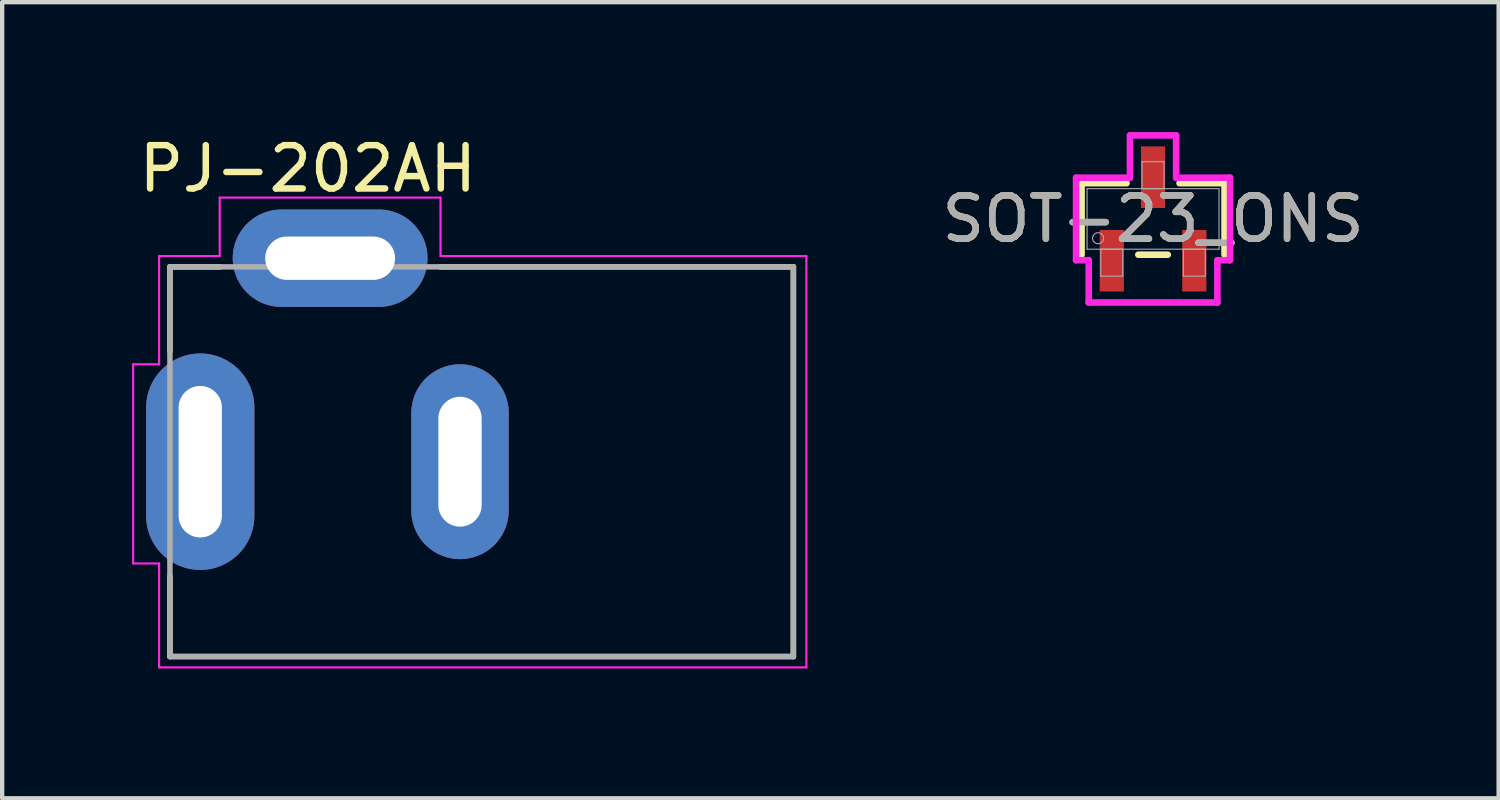
<source format=kicad_pcb>
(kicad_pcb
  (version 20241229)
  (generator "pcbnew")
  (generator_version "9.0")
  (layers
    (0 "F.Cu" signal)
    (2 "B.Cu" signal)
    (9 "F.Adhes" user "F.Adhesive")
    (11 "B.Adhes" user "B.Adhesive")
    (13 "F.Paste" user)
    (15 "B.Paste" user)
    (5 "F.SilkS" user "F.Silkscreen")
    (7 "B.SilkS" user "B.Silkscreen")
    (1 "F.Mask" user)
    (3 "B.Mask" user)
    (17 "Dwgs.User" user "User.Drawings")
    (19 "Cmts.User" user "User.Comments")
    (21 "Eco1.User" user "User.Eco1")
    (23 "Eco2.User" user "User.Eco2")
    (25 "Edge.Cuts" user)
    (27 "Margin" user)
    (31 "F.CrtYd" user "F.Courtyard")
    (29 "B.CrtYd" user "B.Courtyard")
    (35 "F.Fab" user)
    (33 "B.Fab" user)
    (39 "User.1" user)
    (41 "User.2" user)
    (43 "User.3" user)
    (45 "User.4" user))
  (footprint "SOT-23_ONS"
    (layer "F.Cu")
    (at 23.582 2.007)
    (property "Reference" "SOT-23_ONS" (at 0 0 0) (unlocked yes) (layer "F.SilkS") (effects (font (size 1 1) (thickness 0.15))))
    (attr smd)
    (fp_line (start -1.651 -0.826) (end -1.651 0.826) (stroke (width 0.152) (type solid)) (layer "F.SilkS"))
    (fp_line (start -0.612 -0.826) (end -1.651 -0.826) (stroke (width 0.152) (type solid)) (layer "F.SilkS"))
    (fp_line (start -0.34 0.826) (end 0.34 0.826) (stroke (width 0.152) (type solid)) (layer "F.SilkS"))
    (fp_line (start 1.651 -0.826) (end 0.612 -0.826) (stroke (width 0.152) (type solid)) (layer "F.SilkS"))
    (fp_line (start 1.651 0.826) (end 1.651 -0.826) (stroke (width 0.152) (type solid)) (layer "F.SilkS"))
    (fp_line (start -1.778 -0.953) (end -0.533 -0.953) (stroke (width 0.152) (type solid)) (layer "F.CrtYd"))
    (fp_line (start -1.778 0.953) (end -1.778 -0.953) (stroke (width 0.152) (type solid)) (layer "F.CrtYd"))
    (fp_line (start -1.778 0.953) (end -1.486 0.953) (stroke (width 0.152) (type solid)) (layer "F.CrtYd"))
    (fp_line (start -1.486 0.953) (end -1.486 1.93) (stroke (width 0.152) (type solid)) (layer "F.CrtYd"))
    (fp_line (start -1.486 1.93) (end 1.486 1.93) (stroke (width 0.152) (type solid)) (layer "F.CrtYd"))
    (fp_line (start -0.533 -1.93) (end 0.533 -1.93) (stroke (width 0.152) (type solid)) (layer "F.CrtYd"))
    (fp_line (start -0.533 -0.953) (end -0.533 -1.93) (stroke (width 0.152) (type solid)) (layer "F.CrtYd"))
    (fp_line (start 0.533 -0.953) (end 0.533 -1.93) (stroke (width 0.152) (type solid)) (layer "F.CrtYd"))
    (fp_line (start 1.486 0.953) (end 1.486 1.93) (stroke (width 0.152) (type solid)) (layer "F.CrtYd"))
    (fp_line (start 1.778 -0.953) (end 0.533 -0.953) (stroke (width 0.152) (type solid)) (layer "F.CrtYd"))
    (fp_line (start 1.778 -0.953) (end 1.778 0.953) (stroke (width 0.152) (type solid)) (layer "F.CrtYd"))
    (fp_line (start 1.778 0.953) (end 1.486 0.953) (stroke (width 0.152) (type solid)) (layer "F.CrtYd"))
    (fp_line (start -1.524 -0.699) (end -1.524 0.699) (stroke (width 0.025) (type solid)) (layer "F.Fab"))
    (fp_line (start -1.524 0.699) (end 1.524 0.699) (stroke (width 0.025) (type solid)) (layer "F.Fab"))
    (fp_line (start -1.206 0.699) (end -1.206 1.321) (stroke (width 0.025) (type solid)) (layer "F.Fab"))
    (fp_line (start -1.206 1.321) (end -0.699 1.321) (stroke (width 0.025) (type solid)) (layer "F.Fab"))
    (fp_line (start -0.699 0.699) (end -1.206 0.699) (stroke (width 0.025) (type solid)) (layer "F.Fab"))
    (fp_line (start -0.699 1.321) (end -0.699 0.699) (stroke (width 0.025) (type solid)) (layer "F.Fab"))
    (fp_line (start -0.254 -1.321) (end -0.254 -0.699) (stroke (width 0.025) (type solid)) (layer "F.Fab"))
    (fp_line (start -0.254 -0.699) (end 0.254 -0.699) (stroke (width 0.025) (type solid)) (layer "F.Fab"))
    (fp_line (start 0.254 -1.321) (end -0.254 -1.321) (stroke (width 0.025) (type solid)) (layer "F.Fab"))
    (fp_line (start 0.254 -0.699) (end 0.254 -1.321) (stroke (width 0.025) (type solid)) (layer "F.Fab"))
    (fp_line (start 0.699 0.699) (end 0.699 1.321) (stroke (width 0.025) (type solid)) (layer "F.Fab"))
    (fp_line (start 0.699 1.321) (end 1.206 1.321) (stroke (width 0.025) (type solid)) (layer "F.Fab"))
    (fp_line (start 1.206 0.699) (end 0.699 0.699) (stroke (width 0.025) (type solid)) (layer "F.Fab"))
    (fp_line (start 1.206 1.321) (end 1.206 0.699) (stroke (width 0.025) (type solid)) (layer "F.Fab"))
    (fp_line (start 1.524 -0.699) (end -1.524 -0.699) (stroke (width 0.025) (type solid)) (layer "F.Fab"))
    (fp_line (start 1.524 0.699) (end 1.524 -0.699) (stroke (width 0.025) (type solid)) (layer "F.Fab"))
    (fp_circle (center -1.27 0.445) (end -1.143 0.445) (stroke (width 0.025) (type solid)) (fill no) (layer "F.Fab"))
    (fp_text user "${REFERENCE}" (at 0 0 0) (unlocked yes) (layer "F.Fab") (effects (font (size 1 1) (thickness 0.15))))
    (pad "1" smd rect (at -0.953 0.965) (size 0.559 1.422) (layers "F.Cu" "F.Mask" "F.Paste"))
    (pad "2" smd rect (at 0.953 0.965) (size 0.559 1.422) (layers "F.Cu" "F.Mask" "F.Paste"))
    (pad "3" smd rect (at 0 -0.965) (size 0.559 1.422) (layers "F.Cu" "F.Mask" "F.Paste")))
  (footprint "PJ-202AH"
    (layer "F.Cu")
    (at 8.075 7.614)
    (property "Reference" "PJ-202AH" (at -4.015 -6.766 0) (layer "F.SilkS") (effects (font (size 1 1) (thickness 0.15))))
    (attr through_hole)
    (fp_line (start -7.2 -4.5) (end -6.05 -4.5) (stroke (width 0.127) (type solid)) (layer "F.SilkS"))
    (fp_line (start -7.2 -2.55) (end -7.2 -4.5) (stroke (width 0.127) (type solid)) (layer "F.SilkS"))
    (fp_line (start -7.2 4.5) (end -7.2 2.65) (stroke (width 0.127) (type solid)) (layer "F.SilkS"))
    (fp_line (start -0.95 -4.5) (end 7.2 -4.5) (stroke (width 0.127) (type solid)) (layer "F.SilkS"))
    (fp_line (start 7.2 -4.5) (end 7.2 4.5) (stroke (width 0.127) (type solid)) (layer "F.SilkS"))
    (fp_line (start 7.2 4.5) (end -7.2 4.5) (stroke (width 0.127) (type solid)) (layer "F.SilkS"))
    (fp_line (start -8.05 -2.25) (end -8.05 2.35) (stroke (width 0.05) (type solid)) (layer "F.CrtYd"))
    (fp_line (start -8.05 2.35) (end -7.45 2.35) (stroke (width 0.05) (type solid)) (layer "F.CrtYd"))
    (fp_line (start -7.45 -4.75) (end -6.05 -4.75) (stroke (width 0.05) (type solid)) (layer "F.CrtYd"))
    (fp_line (start -7.45 -2.25) (end -8.05 -2.25) (stroke (width 0.05) (type solid)) (layer "F.CrtYd"))
    (fp_line (start -7.45 -2.25) (end -7.45 -4.75) (stroke (width 0.05) (type solid)) (layer "F.CrtYd"))
    (fp_line (start -7.45 4.75) (end -7.45 2.35) (stroke (width 0.05) (type solid)) (layer "F.CrtYd"))
    (fp_line (start -6.05 -6.1) (end -0.95 -6.1) (stroke (width 0.05) (type solid)) (layer "F.CrtYd"))
    (fp_line (start -6.05 -4.75) (end -6.05 -6.1) (stroke (width 0.05) (type solid)) (layer "F.CrtYd"))
    (fp_line (start -0.95 -6.1) (end -0.95 -4.75) (stroke (width 0.05) (type solid)) (layer "F.CrtYd"))
    (fp_line (start -0.95 -4.75) (end 7.5 -4.75) (stroke (width 0.05) (type solid)) (layer "F.CrtYd"))
    (fp_line (start 7.5 -4.75) (end 7.5 4.75) (stroke (width 0.05) (type solid)) (layer "F.CrtYd"))
    (fp_line (start 7.5 4.75) (end -7.45 4.75) (stroke (width 0.05) (type solid)) (layer "F.CrtYd"))
    (fp_line (start -7.2 -4.5) (end 7.2 -4.5) (stroke (width 0.127) (type solid)) (layer "F.Fab"))
    (fp_line (start -7.2 4.5) (end -7.2 -4.5) (stroke (width 0.127) (type solid)) (layer "F.Fab"))
    (fp_line (start 7.2 -4.5) (end 7.2 4.5) (stroke (width 0.127) (type solid)) (layer "F.Fab"))
    (fp_line (start 7.2 4.5) (end -7.2 4.5) (stroke (width 0.127) (type solid)) (layer "F.Fab"))
    (pad "1" thru_hole oval (at -6.5 0) (size 2.5 5) (drill oval 1 3.5) (layers "*.Cu" "*.Mask"))
    (pad "2" thru_hole oval (at -0.5 0) (size 2.25 4.5) (drill oval 1 3) (layers "*.Cu" "*.Mask"))
    (pad "3" thru_hole oval (at -3.5 -4.7) (size 4.5 2.25) (drill oval 3 1) (layers "*.Cu" "*.Mask")))
  (gr_rect
    (start -3 -3)
    (end 31.564 15.389)
    (stroke (width 0.1) (type default))
    (fill no)
    (layer "Edge.Cuts")))
</source>
